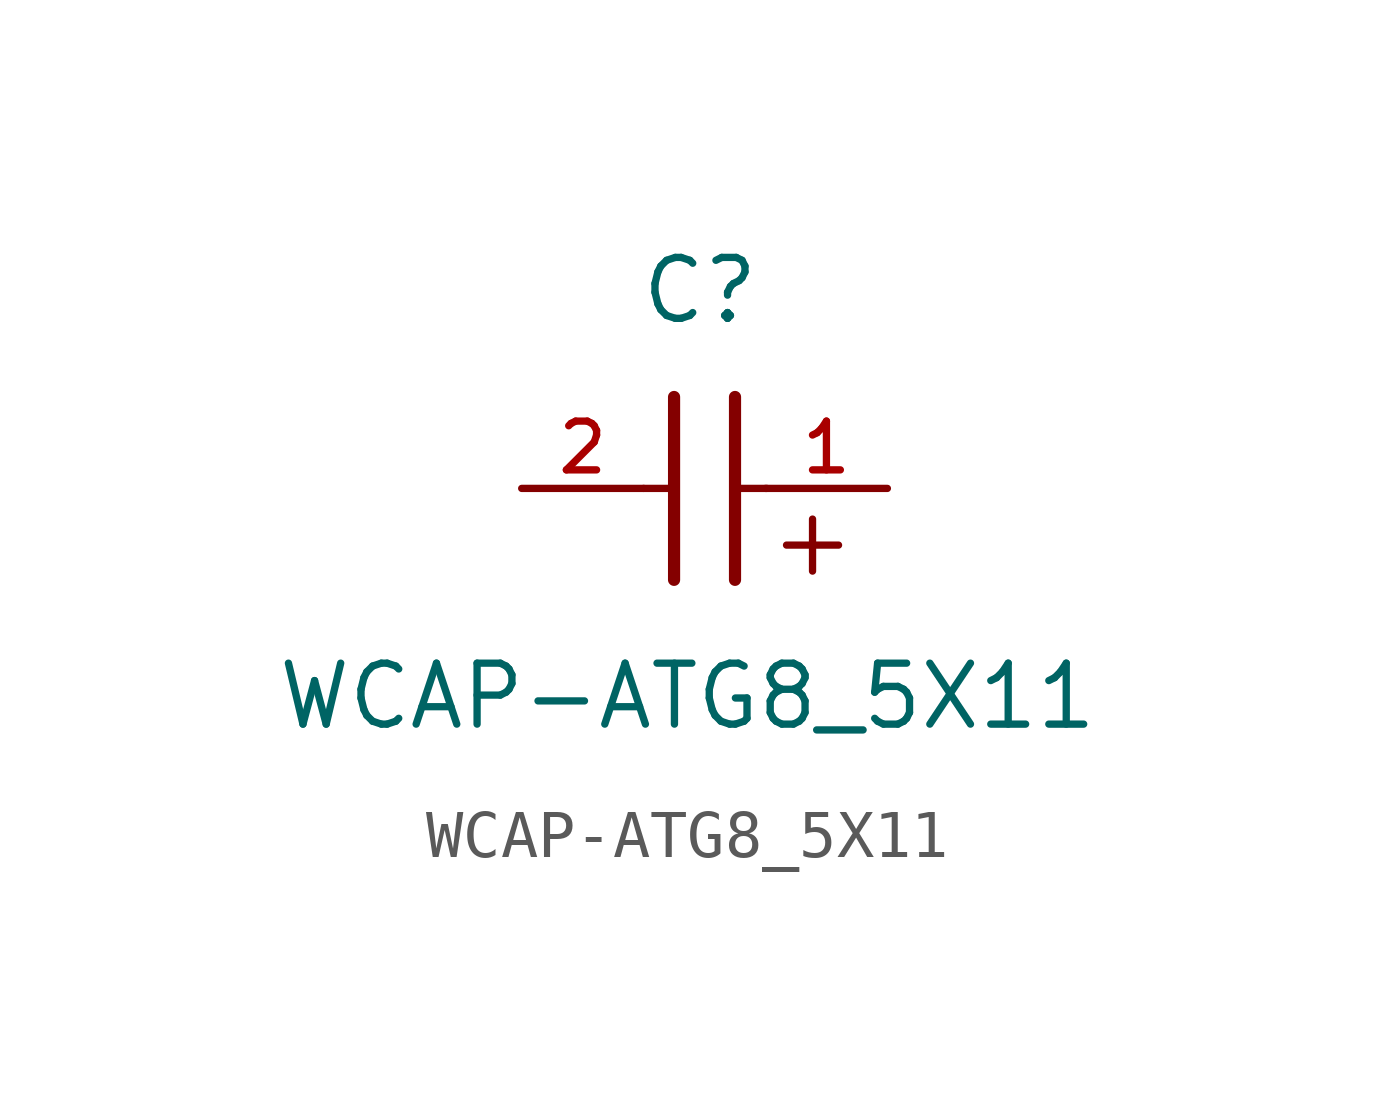
<source format=kicad_sym>
(kicad_symbol_lib
  (version 20211014)
  (generator kicad_symbol_editor)
  (symbol "WCAP-ATG8_5X11"
    (pin_names
      (offset 1.016))
    (property "Reference" "C"
      (at 1.175 3.38 0)
      (effects (font (size 1.27 1.27)) (justify bottom)))
    (property "Value" "WCAP-ATG8_5X11"
      (at 0.915 -5.075 0)
      (effects (font (size 1.27 1.27)) (justify bottom)))
    (symbol "WCAP-ATG8_5X11_0_0"
      (text "+" (at 2.54 -1.905 0) (effects (font (size 1.422 1.422)) (justify bottom left)))
      (polyline (pts (xy 1.905 1.905) (xy 1.905 -1.905)) (stroke (width 0.254)))
      (polyline (pts (xy 0.635 -1.905) (xy 0.635 1.905)) (stroke (width 0.254)))
      (polyline (pts (xy 0.0 0.0) (xy 0.643 0.0)) (stroke (width 0.152)))
      (polyline (pts (xy 1.928 0.0) (xy 2.57 0.0)) (stroke (width 0.152)))
      (pin passive line (at 5.08 0.0 180.0) (length 2.54) (name "~" (effects (font (size 1.016 1.016)))) (number "1" (effects (font (size 1.016 1.016)))))
      (pin passive line (at -2.54 0.0 0) (length 2.54) (name "~" (effects (font (size 1.016 1.016)))) (number "2" (effects (font (size 1.016 1.016))))))))
</source>
